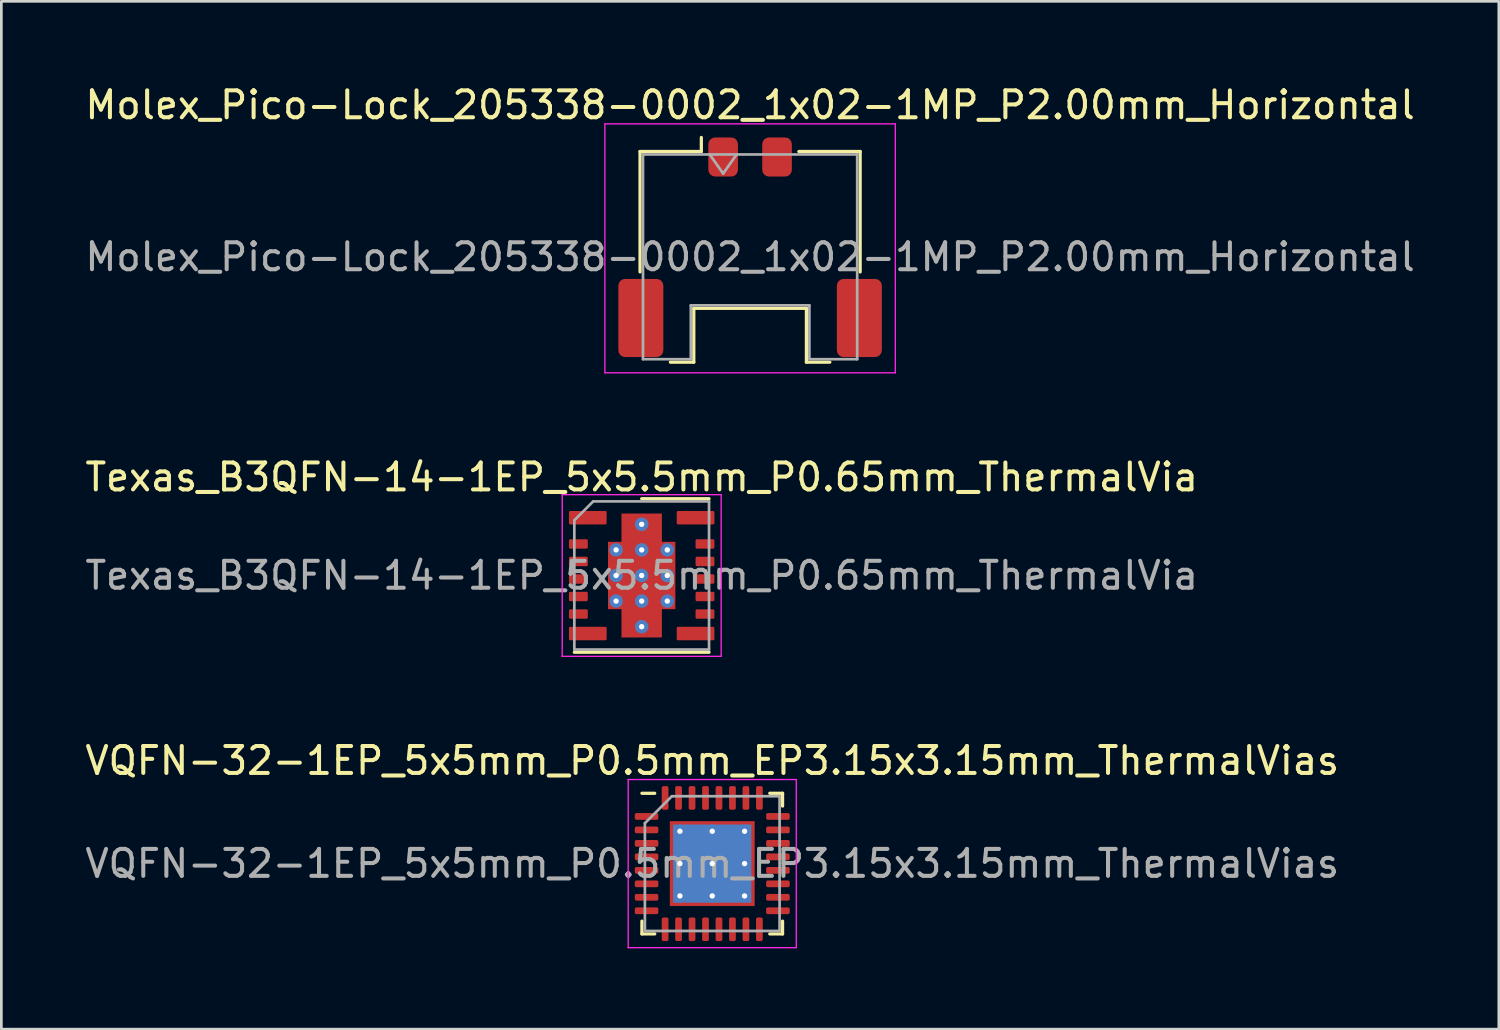
<source format=kicad_pcb>
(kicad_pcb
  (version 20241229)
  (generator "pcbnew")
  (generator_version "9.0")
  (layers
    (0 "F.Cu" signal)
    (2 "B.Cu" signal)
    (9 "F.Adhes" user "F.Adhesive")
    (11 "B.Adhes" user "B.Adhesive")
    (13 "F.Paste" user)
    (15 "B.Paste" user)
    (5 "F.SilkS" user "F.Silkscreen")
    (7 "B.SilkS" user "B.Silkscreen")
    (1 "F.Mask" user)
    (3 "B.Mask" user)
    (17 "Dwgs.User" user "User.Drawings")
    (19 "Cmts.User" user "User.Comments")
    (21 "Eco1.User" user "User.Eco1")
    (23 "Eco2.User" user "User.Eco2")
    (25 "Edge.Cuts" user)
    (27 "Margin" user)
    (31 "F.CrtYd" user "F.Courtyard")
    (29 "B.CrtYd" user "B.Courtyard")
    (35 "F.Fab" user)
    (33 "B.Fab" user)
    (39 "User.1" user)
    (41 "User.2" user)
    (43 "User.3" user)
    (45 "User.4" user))
  (footprint "VQFN-32-1EP_5x5mm_P0.5mm_EP3.15x3.15mm_ThermalVias"
    (layer "F.Cu")
    (at 23.387 29.005)
    (property "Reference" "VQFN-32-1EP_5x5mm_P0.5mm_EP3.15x3.15mm_ThermalVias" (at 0 -3.82 0) (layer "F.SilkS") (effects (font (size 1 1) (thickness 0.15))))
    (attr smd)
    (fp_line (start -2.61 2.61) (end -2.61 2.135) (stroke (width 0.12) (type solid)) (layer "F.SilkS"))
    (fp_line (start -2.135 -2.61) (end -2.61 -2.61) (stroke (width 0.12) (type solid)) (layer "F.SilkS"))
    (fp_line (start -2.135 2.61) (end -2.61 2.61) (stroke (width 0.12) (type solid)) (layer "F.SilkS"))
    (fp_line (start 2.135 -2.61) (end 2.61 -2.61) (stroke (width 0.12) (type solid)) (layer "F.SilkS"))
    (fp_line (start 2.135 2.61) (end 2.61 2.61) (stroke (width 0.12) (type solid)) (layer "F.SilkS"))
    (fp_line (start 2.61 -2.61) (end 2.61 -2.135) (stroke (width 0.12) (type solid)) (layer "F.SilkS"))
    (fp_line (start 2.61 2.61) (end 2.61 2.135) (stroke (width 0.12) (type solid)) (layer "F.SilkS"))
    (fp_line (start -3.12 -3.12) (end -3.12 3.12) (stroke (width 0.05) (type solid)) (layer "F.CrtYd"))
    (fp_line (start -3.12 3.12) (end 3.12 3.12) (stroke (width 0.05) (type solid)) (layer "F.CrtYd"))
    (fp_line (start 3.12 -3.12) (end -3.12 -3.12) (stroke (width 0.05) (type solid)) (layer "F.CrtYd"))
    (fp_line (start 3.12 3.12) (end 3.12 -3.12) (stroke (width 0.05) (type solid)) (layer "F.CrtYd"))
    (fp_line (start -2.5 -1.5) (end -1.5 -2.5) (stroke (width 0.1) (type solid)) (layer "F.Fab"))
    (fp_line (start -2.5 2.5) (end -2.5 -1.5) (stroke (width 0.1) (type solid)) (layer "F.Fab"))
    (fp_line (start -1.5 -2.5) (end 2.5 -2.5) (stroke (width 0.1) (type solid)) (layer "F.Fab"))
    (fp_line (start 2.5 -2.5) (end 2.5 2.5) (stroke (width 0.1) (type solid)) (layer "F.Fab"))
    (fp_line (start 2.5 2.5) (end -2.5 2.5) (stroke (width 0.1) (type solid)) (layer "F.Fab"))
    (fp_text user "${REFERENCE}" (at 0 0 0) (layer "F.Fab") (effects (font (size 1 1) (thickness 0.15))))
    (pad "" smd roundrect (at -0.79 -0.79) (size 1.32 1.32) (layers "F.Paste") (roundrect_rratio 0.189))
    (pad "" smd roundrect (at -0.79 0.79) (size 1.32 1.32) (layers "F.Paste") (roundrect_rratio 0.189))
    (pad "" smd roundrect (at 0.79 -0.79) (size 1.32 1.32) (layers "F.Paste") (roundrect_rratio 0.189))
    (pad "" smd roundrect (at 0.79 0.79) (size 1.32 1.32) (layers "F.Paste") (roundrect_rratio 0.189))
    (pad "1" smd roundrect (at -2.438 -1.75) (size 0.875 0.25) (layers "F.Cu" "F.Mask" "F.Paste") (roundrect_rratio 0.25))
    (pad "2" smd roundrect (at -2.438 -1.25) (size 0.875 0.25) (layers "F.Cu" "F.Mask" "F.Paste") (roundrect_rratio 0.25))
    (pad "3" smd roundrect (at -2.438 -0.75) (size 0.875 0.25) (layers "F.Cu" "F.Mask" "F.Paste") (roundrect_rratio 0.25))
    (pad "4" smd roundrect (at -2.438 -0.25) (size 0.875 0.25) (layers "F.Cu" "F.Mask" "F.Paste") (roundrect_rratio 0.25))
    (pad "5" smd roundrect (at -2.438 0.25) (size 0.875 0.25) (layers "F.Cu" "F.Mask" "F.Paste") (roundrect_rratio 0.25))
    (pad "6" smd roundrect (at -2.438 0.75) (size 0.875 0.25) (layers "F.Cu" "F.Mask" "F.Paste") (roundrect_rratio 0.25))
    (pad "7" smd roundrect (at -2.438 1.25) (size 0.875 0.25) (layers "F.Cu" "F.Mask" "F.Paste") (roundrect_rratio 0.25))
    (pad "8" smd roundrect (at -2.438 1.75) (size 0.875 0.25) (layers "F.Cu" "F.Mask" "F.Paste") (roundrect_rratio 0.25))
    (pad "9" smd roundrect (at -1.75 2.438) (size 0.25 0.875) (layers "F.Cu" "F.Mask" "F.Paste") (roundrect_rratio 0.25))
    (pad "10" smd roundrect (at -1.25 2.438) (size 0.25 0.875) (layers "F.Cu" "F.Mask" "F.Paste") (roundrect_rratio 0.25))
    (pad "11" smd roundrect (at -0.75 2.438) (size 0.25 0.875) (layers "F.Cu" "F.Mask" "F.Paste") (roundrect_rratio 0.25))
    (pad "12" smd roundrect (at -0.25 2.438) (size 0.25 0.875) (layers "F.Cu" "F.Mask" "F.Paste") (roundrect_rratio 0.25))
    (pad "13" smd roundrect (at 0.25 2.438) (size 0.25 0.875) (layers "F.Cu" "F.Mask" "F.Paste") (roundrect_rratio 0.25))
    (pad "14" smd roundrect (at 0.75 2.438) (size 0.25 0.875) (layers "F.Cu" "F.Mask" "F.Paste") (roundrect_rratio 0.25))
    (pad "15" smd roundrect (at 1.25 2.438) (size 0.25 0.875) (layers "F.Cu" "F.Mask" "F.Paste") (roundrect_rratio 0.25))
    (pad "16" smd roundrect (at 1.75 2.438) (size 0.25 0.875) (layers "F.Cu" "F.Mask" "F.Paste") (roundrect_rratio 0.25))
    (pad "17" smd roundrect (at 2.438 1.75) (size 0.875 0.25) (layers "F.Cu" "F.Mask" "F.Paste") (roundrect_rratio 0.25))
    (pad "18" smd roundrect (at 2.438 1.25) (size 0.875 0.25) (layers "F.Cu" "F.Mask" "F.Paste") (roundrect_rratio 0.25))
    (pad "19" smd roundrect (at 2.438 0.75) (size 0.875 0.25) (layers "F.Cu" "F.Mask" "F.Paste") (roundrect_rratio 0.25))
    (pad "20" smd roundrect (at 2.438 0.25) (size 0.875 0.25) (layers "F.Cu" "F.Mask" "F.Paste") (roundrect_rratio 0.25))
    (pad "21" smd roundrect (at 2.438 -0.25) (size 0.875 0.25) (layers "F.Cu" "F.Mask" "F.Paste") (roundrect_rratio 0.25))
    (pad "22" smd roundrect (at 2.438 -0.75) (size 0.875 0.25) (layers "F.Cu" "F.Mask" "F.Paste") (roundrect_rratio 0.25))
    (pad "23" smd roundrect (at 2.438 -1.25) (size 0.875 0.25) (layers "F.Cu" "F.Mask" "F.Paste") (roundrect_rratio 0.25))
    (pad "24" smd roundrect (at 2.438 -1.75) (size 0.875 0.25) (layers "F.Cu" "F.Mask" "F.Paste") (roundrect_rratio 0.25))
    (pad "25" smd roundrect (at 1.75 -2.438) (size 0.25 0.875) (layers "F.Cu" "F.Mask" "F.Paste") (roundrect_rratio 0.25))
    (pad "26" smd roundrect (at 1.25 -2.438) (size 0.25 0.875) (layers "F.Cu" "F.Mask" "F.Paste") (roundrect_rratio 0.25))
    (pad "27" smd roundrect (at 0.75 -2.438) (size 0.25 0.875) (layers "F.Cu" "F.Mask" "F.Paste") (roundrect_rratio 0.25))
    (pad "28" smd roundrect (at 0.25 -2.438) (size 0.25 0.875) (layers "F.Cu" "F.Mask" "F.Paste") (roundrect_rratio 0.25))
    (pad "29" smd roundrect (at -0.25 -2.438) (size 0.25 0.875) (layers "F.Cu" "F.Mask" "F.Paste") (roundrect_rratio 0.25))
    (pad "30" smd roundrect (at -0.75 -2.438) (size 0.25 0.875) (layers "F.Cu" "F.Mask" "F.Paste") (roundrect_rratio 0.25))
    (pad "31" smd roundrect (at -1.25 -2.438) (size 0.25 0.875) (layers "F.Cu" "F.Mask" "F.Paste") (roundrect_rratio 0.25))
    (pad "32" smd roundrect (at -1.75 -2.438) (size 0.25 0.875) (layers "F.Cu" "F.Mask" "F.Paste") (roundrect_rratio 0.25))
    (pad "33" thru_hole circle (at -1.2 -1.2) (size 0.5 0.5) (drill 0.2) (layers "*.Cu"))
    (pad "33" thru_hole circle (at -1.2 0) (size 0.5 0.5) (drill 0.2) (layers "*.Cu"))
    (pad "33" thru_hole circle (at -1.2 1.2) (size 0.5 0.5) (drill 0.2) (layers "*.Cu"))
    (pad "33" thru_hole circle (at 0 -1.2) (size 0.5 0.5) (drill 0.2) (layers "*.Cu"))
    (pad "33" thru_hole circle (at 0 0) (size 0.5 0.5) (drill 0.2) (layers "*.Cu"))
    (pad "33" smd rect (at 0 0) (size 2.9 2.9) (layers "B.Cu"))
    (pad "33" smd rect (at 0 0) (size 3.15 3.15) (layers "F.Cu" "F.Mask"))
    (pad "33" thru_hole circle (at 0 1.2) (size 0.5 0.5) (drill 0.2) (layers "*.Cu"))
    (pad "33" thru_hole circle (at 1.2 -1.2) (size 0.5 0.5) (drill 0.2) (layers "*.Cu"))
    (pad "33" thru_hole circle (at 1.2 0) (size 0.5 0.5) (drill 0.2) (layers "*.Cu"))
    (pad "33" thru_hole circle (at 1.2 1.2) (size 0.5 0.5) (drill 0.2) (layers "*.Cu")))
  (footprint "Molex_Pico-Lock_205338-0002_1x02-1MP_P2.00mm_Horizontal"
    (layer "F.Cu")
    (at 24.792 6.128)
    (property "Reference" "Molex_Pico-Lock_205338-0002_1x02-1MP_P2.00mm_Horizontal" (at 0 -5.28 0) (layer "F.SilkS") (effects (font (size 1 1) (thickness 0.15))))
    (attr smd)
    (fp_line (start -4.085 -3.555) (end -1.81 -3.555) (stroke (width 0.12) (type solid)) (layer "F.SilkS"))
    (fp_line (start -4.085 0.915) (end -4.085 -3.555) (stroke (width 0.12) (type solid)) (layer "F.SilkS"))
    (fp_line (start -2.96 4.265) (end -2.09 4.265) (stroke (width 0.12) (type solid)) (layer "F.SilkS"))
    (fp_line (start -2.09 2.265) (end 2.09 2.265) (stroke (width 0.12) (type solid)) (layer "F.SilkS"))
    (fp_line (start -2.09 4.265) (end -2.09 2.265) (stroke (width 0.12) (type solid)) (layer "F.SilkS"))
    (fp_line (start -1.81 -3.555) (end -1.81 -4.075) (stroke (width 0.12) (type solid)) (layer "F.SilkS"))
    (fp_line (start 2.09 2.265) (end 2.09 4.265) (stroke (width 0.12) (type solid)) (layer "F.SilkS"))
    (fp_line (start 2.09 4.265) (end 2.96 4.265) (stroke (width 0.12) (type solid)) (layer "F.SilkS"))
    (fp_line (start 4.085 -3.555) (end 1.81 -3.555) (stroke (width 0.12) (type solid)) (layer "F.SilkS"))
    (fp_line (start 4.085 0.915) (end 4.085 -3.555) (stroke (width 0.12) (type solid)) (layer "F.SilkS"))
    (fp_line (start -5.39 -4.58) (end -5.39 4.66) (stroke (width 0.05) (type solid)) (layer "F.CrtYd"))
    (fp_line (start -5.39 4.66) (end 5.39 4.66) (stroke (width 0.05) (type solid)) (layer "F.CrtYd"))
    (fp_line (start 5.39 -4.58) (end -5.39 -4.58) (stroke (width 0.05) (type solid)) (layer "F.CrtYd"))
    (fp_line (start 5.39 4.66) (end 5.39 -4.58) (stroke (width 0.05) (type solid)) (layer "F.CrtYd"))
    (fp_line (start -3.975 -3.445) (end -3.975 4.155) (stroke (width 0.1) (type solid)) (layer "F.Fab"))
    (fp_line (start -3.975 -3.445) (end 3.975 -3.445) (stroke (width 0.1) (type solid)) (layer "F.Fab"))
    (fp_line (start -3.975 4.155) (end -2.2 4.155) (stroke (width 0.1) (type solid)) (layer "F.Fab"))
    (fp_line (start -2.2 2.155) (end 2.2 2.155) (stroke (width 0.1) (type solid)) (layer "F.Fab"))
    (fp_line (start -2.2 4.155) (end -2.2 2.155) (stroke (width 0.1) (type solid)) (layer "F.Fab"))
    (fp_line (start -1.5 -3.445) (end -1 -2.738) (stroke (width 0.1) (type solid)) (layer "F.Fab"))
    (fp_line (start -1 -2.738) (end -0.5 -3.445) (stroke (width 0.1) (type solid)) (layer "F.Fab"))
    (fp_line (start 2.2 2.155) (end 2.2 4.155) (stroke (width 0.1) (type solid)) (layer "F.Fab"))
    (fp_line (start 2.2 4.155) (end 3.975 4.155) (stroke (width 0.1) (type solid)) (layer "F.Fab"))
    (fp_line (start 3.975 -3.445) (end 3.975 4.155) (stroke (width 0.1) (type solid)) (layer "F.Fab"))
    (fp_text user "${REFERENCE}" (at 0 0.36 0) (layer "F.Fab") (effects (font (size 1 1) (thickness 0.15))))
    (pad "1" smd roundrect (at -1 -3.35) (size 1.1 1.45) (layers "F.Cu" "F.Mask" "F.Paste") (roundrect_rratio 0.227))
    (pad "2" smd roundrect (at 1 -3.35) (size 1.1 1.45) (layers "F.Cu" "F.Mask" "F.Paste") (roundrect_rratio 0.227))
    (pad "MP" smd roundrect (at -4.055 2.625) (size 1.67 2.9) (layers "F.Cu" "F.Mask" "F.Paste") (roundrect_rratio 0.15))
    (pad "MP" smd roundrect (at 4.055 2.625) (size 1.67 2.9) (layers "F.Cu" "F.Mask" "F.Paste") (roundrect_rratio 0.15)))
  (footprint "Texas_B3QFN-14-1EP_5x5.5mm_P0.65mm_ThermalVia"
    (layer "F.Cu")
    (at 20.768 18.311)
    (property "Reference" "Texas_B3QFN-14-1EP_5x5.5mm_P0.65mm_ThermalVia" (at 0 -3.65 0) (layer "F.SilkS") (effects (font (size 1 1) (thickness 0.15))))
    (attr smd)
    (fp_line (start 2.5 -2.85) (end 0 -2.85) (stroke (width 0.12) (type solid)) (layer "F.SilkS"))
    (fp_line (start 2.5 2.85) (end -2.5 2.85) (stroke (width 0.12) (type solid)) (layer "F.SilkS"))
    (fp_line (start -2.95 -3) (end 2.95 -3) (stroke (width 0.05) (type solid)) (layer "F.CrtYd"))
    (fp_line (start -2.95 3) (end -2.95 -3) (stroke (width 0.05) (type solid)) (layer "F.CrtYd"))
    (fp_line (start 2.95 -3) (end 2.95 3) (stroke (width 0.05) (type solid)) (layer "F.CrtYd"))
    (fp_line (start 2.95 3) (end -2.95 3) (stroke (width 0.05) (type solid)) (layer "F.CrtYd"))
    (fp_line (start -2.5 2.75) (end -2.5 -2.05) (stroke (width 0.1) (type solid)) (layer "F.Fab"))
    (fp_line (start -1.8 -2.75) (end -2.5 -2.05) (stroke (width 0.1) (type solid)) (layer "F.Fab"))
    (fp_line (start -1.8 -2.75) (end 2.5 -2.75) (stroke (width 0.1) (type solid)) (layer "F.Fab"))
    (fp_line (start 2.5 -2.75) (end 2.5 2.75) (stroke (width 0.1) (type solid)) (layer "F.Fab"))
    (fp_line (start 2.5 2.75) (end -2.5 2.75) (stroke (width 0.1) (type solid)) (layer "F.Fab"))
    (fp_text user "${REFERENCE}" (at 0 0 0) (layer "F.Fab") (effects (font (size 1 1) (thickness 0.15))))
    (pad "" smd roundrect (at -0.625 -0.475) (size 0.95 0.65) (layers "F.Paste") (roundrect_rratio 0.077))
    (pad "" smd roundrect (at -0.625 0.475) (size 0.95 0.65) (layers "F.Paste") (roundrect_rratio 0.077))
    (pad "" smd roundrect (at -0.425 -1.675) (size 0.6 1.15) (layers "F.Paste") (roundrect_rratio 0.083))
    (pad "" smd roundrect (at -0.425 1.675) (size 0.6 1.15) (layers "F.Paste") (roundrect_rratio 0.083))
    (pad "" smd roundrect (at 0.425 -1.675) (size 0.6 1.15) (layers "F.Paste") (roundrect_rratio 0.083))
    (pad "" smd roundrect (at 0.425 1.675) (size 0.6 1.15) (layers "F.Paste") (roundrect_rratio 0.083))
    (pad "" smd roundrect (at 0.625 -0.475) (size 0.95 0.65) (layers "F.Paste") (roundrect_rratio 0.077))
    (pad "" smd roundrect (at 0.625 0.475) (size 0.95 0.65) (layers "F.Paste") (roundrect_rratio 0.077))
    (pad "1" smd roundrect (at -2 -2.145) (size 1.4 0.5) (layers "F.Cu" "F.Mask" "F.Paste") (roundrect_rratio 0.1))
    (pad "2" smd roundrect (at -2.35 -1.17) (size 0.7 0.35) (layers "F.Cu" "F.Mask" "F.Paste") (roundrect_rratio 0.143))
    (pad "3" smd roundrect (at -2.35 -0.52) (size 0.7 0.35) (layers "F.Cu" "F.Mask" "F.Paste") (roundrect_rratio 0.143))
    (pad "4" smd roundrect (at -2.35 0.13) (size 0.7 0.35) (layers "F.Cu" "F.Mask" "F.Paste") (roundrect_rratio 0.143))
    (pad "5" smd roundrect (at -2.35 0.78) (size 0.7 0.35) (layers "F.Cu" "F.Mask" "F.Paste") (roundrect_rratio 0.143))
    (pad "6" smd roundrect (at -2.35 1.43) (size 0.7 0.35) (layers "F.Cu" "F.Mask" "F.Paste") (roundrect_rratio 0.143))
    (pad "7" smd roundrect (at -2 2.155) (size 1.4 0.5) (layers "F.Cu" "F.Mask" "F.Paste") (roundrect_rratio 0.1))
    (pad "8" smd roundrect (at 2 2.155) (size 1.4 0.5) (layers "F.Cu" "F.Mask" "F.Paste") (roundrect_rratio 0.1))
    (pad "9" smd roundrect (at 2.35 1.43) (size 0.7 0.35) (layers "F.Cu" "F.Mask" "F.Paste") (roundrect_rratio 0.143))
    (pad "10" smd roundrect (at 2.35 0.78) (size 0.7 0.35) (layers "F.Cu" "F.Mask" "F.Paste") (roundrect_rratio 0.143))
    (pad "11" smd roundrect (at 2.35 0.13) (size 0.7 0.35) (layers "F.Cu" "F.Mask" "F.Paste") (roundrect_rratio 0.143))
    (pad "12" smd roundrect (at 2.35 -0.52) (size 0.7 0.35) (layers "F.Cu" "F.Mask" "F.Paste") (roundrect_rratio 0.143))
    (pad "13" smd roundrect (at 2.35 -1.17) (size 0.7 0.35) (layers "F.Cu" "F.Mask" "F.Paste") (roundrect_rratio 0.143))
    (pad "14" smd roundrect (at 2 -2.145) (size 1.4 0.5) (layers "F.Cu" "F.Mask" "F.Paste") (roundrect_rratio 0.1))
    (pad "15" thru_hole circle (at -0.95 -0.95) (size 0.5 0.5) (drill 0.2) (layers "*.Cu" "*.Mask"))
    (pad "15" thru_hole circle (at -0.95 0) (size 0.5 0.5) (drill 0.2) (layers "*.Cu" "*.Mask"))
    (pad "15" thru_hole circle (at -0.95 0.95) (size 0.5 0.5) (drill 0.2) (layers "*.Cu" "*.Mask"))
    (pad "15" thru_hole circle (at 0 -1.9) (size 0.5 0.5) (drill 0.2) (layers "*.Cu" "*.Mask"))
    (pad "15" thru_hole circle (at 0 -0.95) (size 0.5 0.5) (drill 0.2) (layers "*.Cu" "*.Mask"))
    (pad "15" thru_hole circle (at 0 0) (size 0.5 0.5) (drill 0.2) (layers "*.Cu" "*.Mask"))
    (pad "15" smd custom (at 0 0) (size 2.5 2.5) (layers "F.Cu" "F.Mask") (options (anchor rect)) (primitives (gr_poly (pts (xy -0.75 -1.25) (xy -0.75 -2.3) (xy 0.75 -2.3) (xy 0.75 -1.25)) (width 0) (fill yes)) (gr_poly (pts (xy -0.75 1.25) (xy -0.75 2.3) (xy 0.75 2.3) (xy 0.75 1.25)) (width 0) (fill yes))))
    (pad "15" thru_hole circle (at 0 0.95) (size 0.5 0.5) (drill 0.2) (layers "*.Cu" "*.Mask"))
    (pad "15" thru_hole circle (at 0 1.9) (size 0.5 0.5) (drill 0.2) (layers "*.Cu" "*.Mask"))
    (pad "15" thru_hole circle (at 0.95 -0.95) (size 0.5 0.5) (drill 0.2) (layers "*.Cu" "*.Mask"))
    (pad "15" thru_hole circle (at 0.95 0) (size 0.5 0.5) (drill 0.2) (layers "*.Cu" "*.Mask"))
    (pad "15" thru_hole circle (at 0.95 0.95) (size 0.5 0.5) (drill 0.2) (layers "*.Cu" "*.Mask")))
  (gr_rect
    (start -3 -3)
    (end 52.583 35.15)
    (stroke (width 0.1) (type default))
    (fill no)
    (layer "Edge.Cuts")))
</source>
